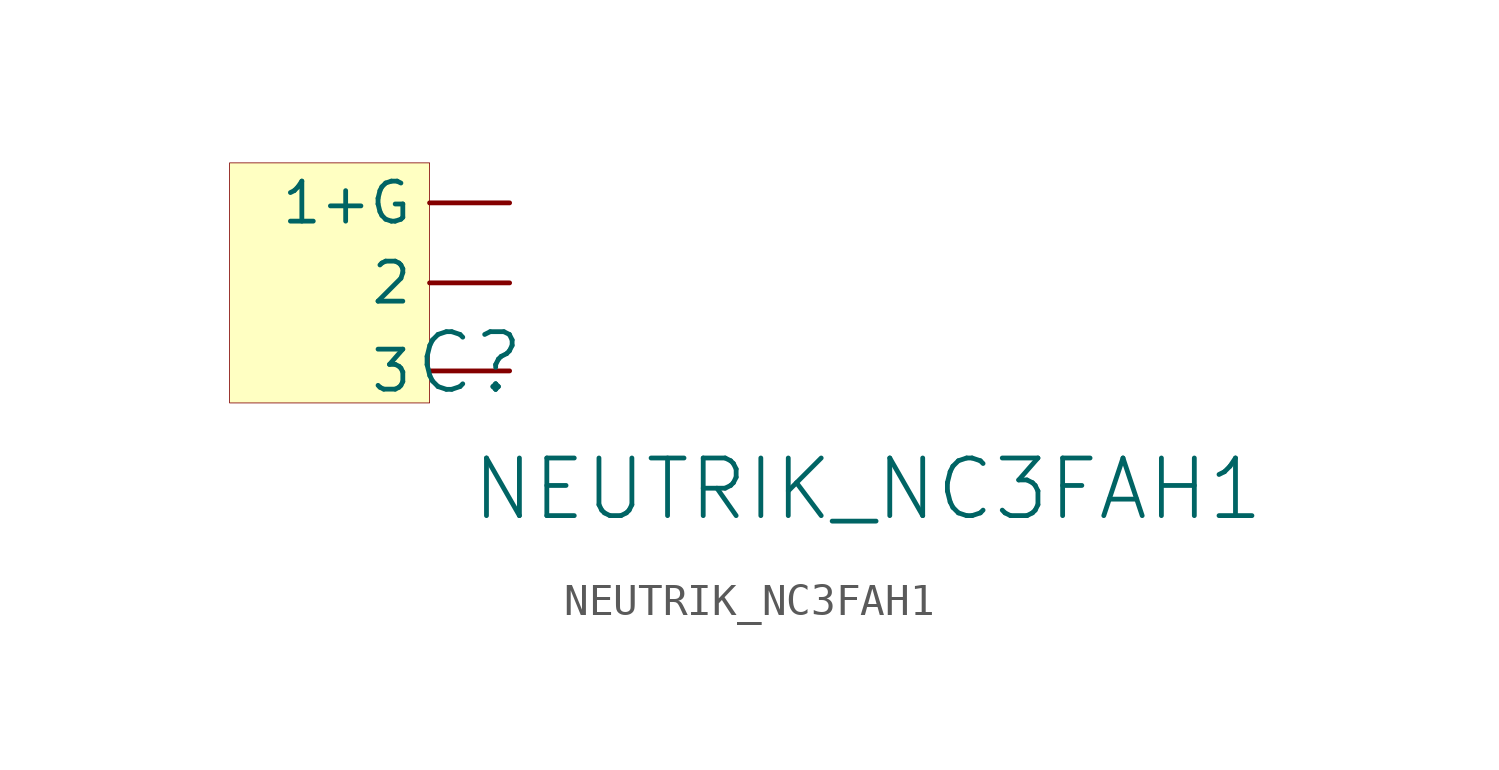
<source format=kicad_sym>
(kicad_symbol_lib
  (version 20241209)
  (generator "kicad_symbol_editor")
  (generator_version "9.0")
  (symbol "NEUTRIK_NC3FAH1"
    (pin_numbers
      (hide yes))
    (property "Reference" "C"
      (at -1.27 1.27 0)
      (effects (font (size 1.829 1.829))))
    (property "Value" "NEUTRIK_NC3FAH1"
      (at -1.27 -3.81 0)
      (effects (font (size 1.829 1.829)) (justify left bottom)))
    (symbol "NEUTRIK_NC3FAH1_1_0"
      (rectangle (start -2.54 7.62) (end -8.89 0) (stroke (width 0.025) (type solid) (color 128 0 0 1)) (fill (type background)))
      (pin passive line (at 0 6.35 180) (length 2.54) (name "1+G" (effects (font (size 1.27 1.27)))) (number "1+G" (effects (font (size 1.27 1.27)))))
      (pin passive line (at 0 3.81 180) (length 2.54) (name "2" (effects (font (size 1.27 1.27)))) (number "2" (effects (font (size 1.27 1.27)))))
      (pin passive line (at 0 1.016 180) (length 2.54) (name "3" (effects (font (size 1.27 1.27)))) (number "3" (effects (font (size 1.27 1.27))))))))
</source>
